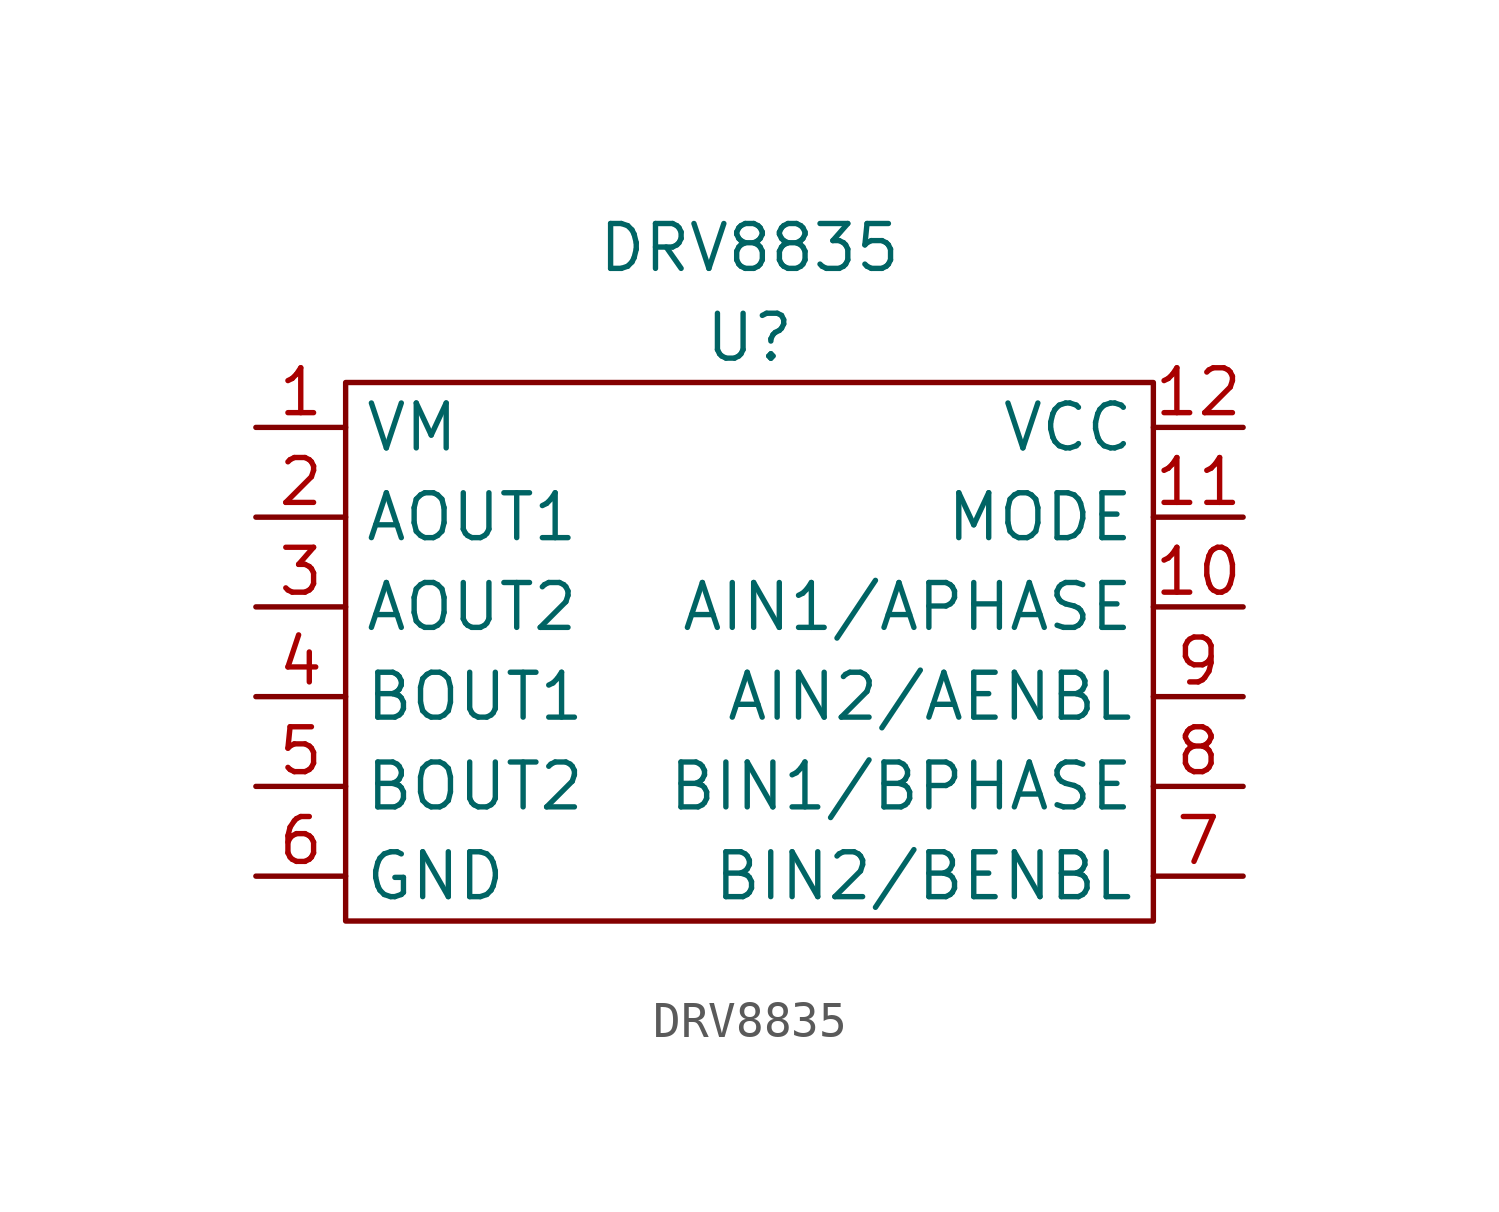
<source format=kicad_sym>
(kicad_symbol_lib
  (version 20211014)
  (generator kicad_symbol_editor)
  (symbol "DRV8835"
    (property "Reference" "U"
      (at 0 8.89 0)
      (effects (font (size 1.27 1.27))))
    (property "Value" "DRV8835"
      (at 0 11.43 0)
      (effects (font (size 1.27 1.27))))
    (symbol "DRV8835_0_1"
      (rectangle (start 11.43 7.62) (end -11.43 -7.62) (stroke (width 0) (type default) (color 0 0 0 0)) (fill (type none))))
    (symbol "DRV8835_1_1"
      (pin power_in line (at -13.97 6.35 0) (length 2.54) (name "VM" (effects (font (size 1.27 1.27)))) (number "1" (effects (font (size 1.27 1.27)))))
      (pin input line (at 13.97 1.27 180) (length 2.54) (name "AIN1/APHASE" (effects (font (size 1.27 1.27)))) (number "10" (effects (font (size 1.27 1.27)))))
      (pin input line (at 13.97 3.81 180) (length 2.54) (name "MODE" (effects (font (size 1.27 1.27)))) (number "11" (effects (font (size 1.27 1.27)))))
      (pin power_in line (at 13.97 6.35 180) (length 2.54) (name "VCC" (effects (font (size 1.27 1.27)))) (number "12" (effects (font (size 1.27 1.27)))))
      (pin output line (at -13.97 3.81 0) (length 2.54) (name "AOUT1" (effects (font (size 1.27 1.27)))) (number "2" (effects (font (size 1.27 1.27)))))
      (pin output line (at -13.97 1.27 0) (length 2.54) (name "AOUT2" (effects (font (size 1.27 1.27)))) (number "3" (effects (font (size 1.27 1.27)))))
      (pin output line (at -13.97 -1.27 0) (length 2.54) (name "BOUT1" (effects (font (size 1.27 1.27)))) (number "4" (effects (font (size 1.27 1.27)))))
      (pin output line (at -13.97 -3.81 0) (length 2.54) (name "BOUT2" (effects (font (size 1.27 1.27)))) (number "5" (effects (font (size 1.27 1.27)))))
      (pin power_in line (at -13.97 -6.35 0) (length 2.54) (name "GND" (effects (font (size 1.27 1.27)))) (number "6" (effects (font (size 1.27 1.27)))))
      (pin input line (at 13.97 -6.35 180) (length 2.54) (name "BIN2/BENBL" (effects (font (size 1.27 1.27)))) (number "7" (effects (font (size 1.27 1.27)))))
      (pin input line (at 13.97 -3.81 180) (length 2.54) (name "BIN1/BPHASE" (effects (font (size 1.27 1.27)))) (number "8" (effects (font (size 1.27 1.27)))))
      (pin input line (at 13.97 -1.27 180) (length 2.54) (name "AIN2/AENBL" (effects (font (size 1.27 1.27)))) (number "9" (effects (font (size 1.27 1.27))))))))
</source>
